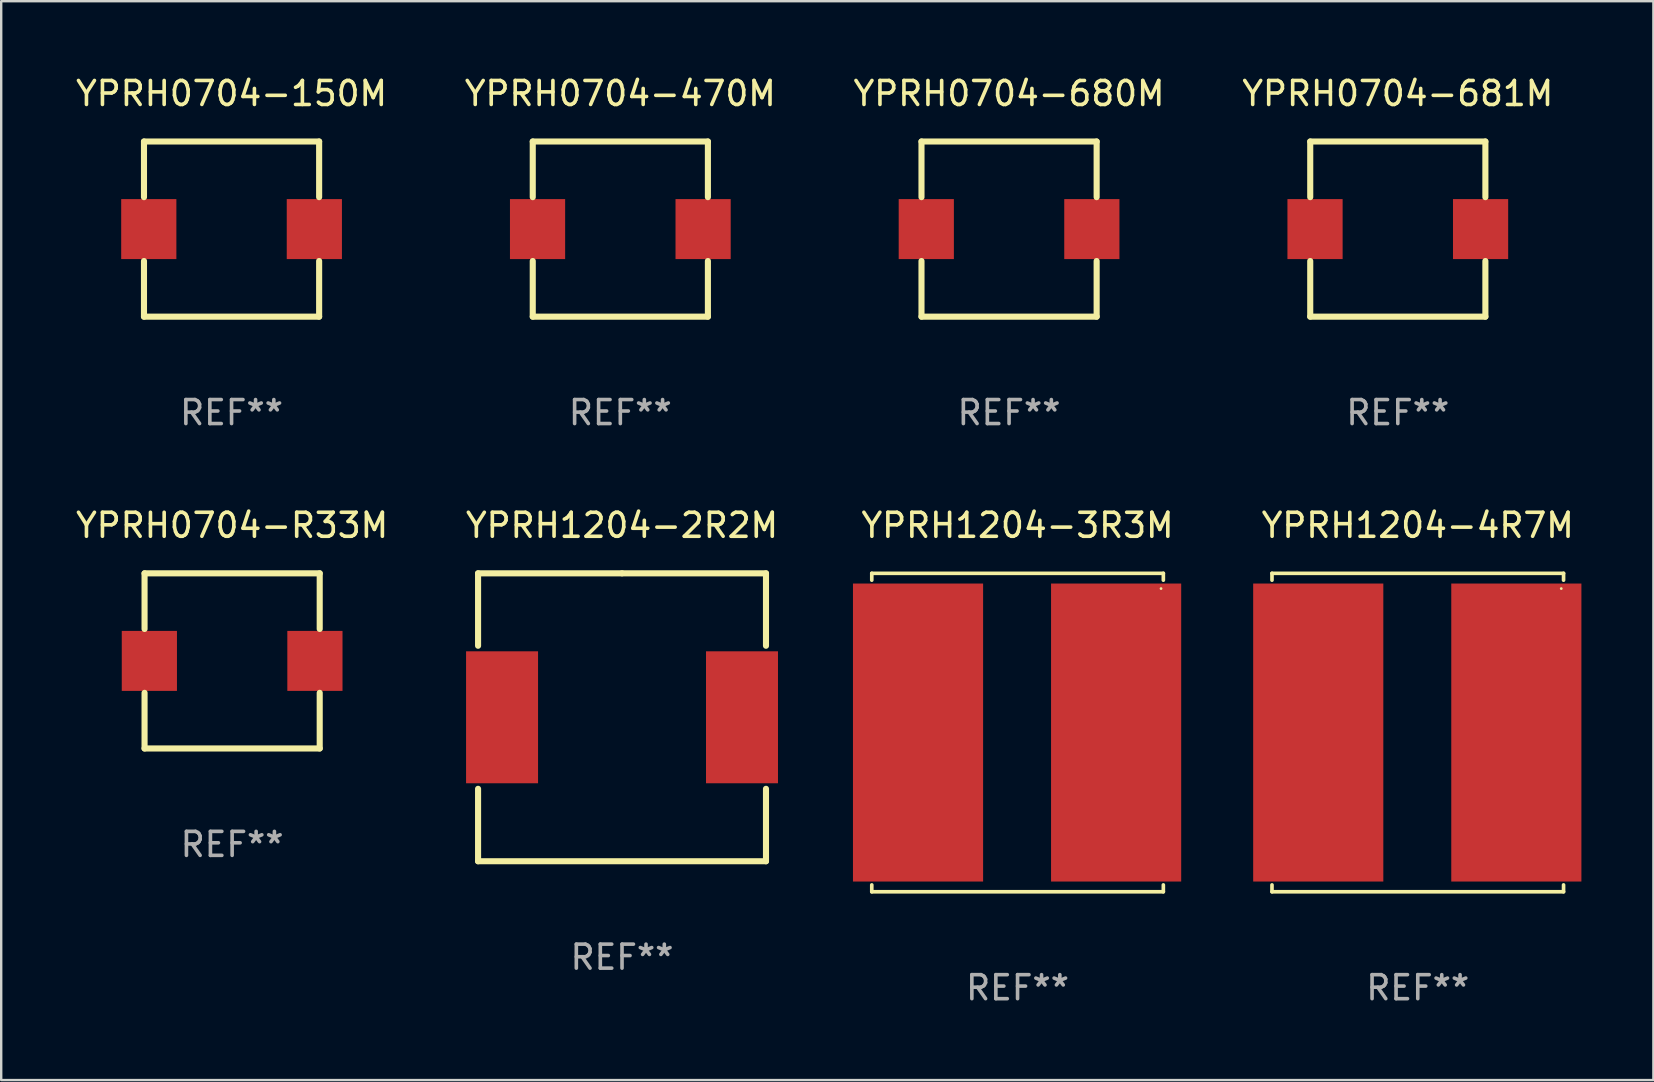
<source format=kicad_pcb>
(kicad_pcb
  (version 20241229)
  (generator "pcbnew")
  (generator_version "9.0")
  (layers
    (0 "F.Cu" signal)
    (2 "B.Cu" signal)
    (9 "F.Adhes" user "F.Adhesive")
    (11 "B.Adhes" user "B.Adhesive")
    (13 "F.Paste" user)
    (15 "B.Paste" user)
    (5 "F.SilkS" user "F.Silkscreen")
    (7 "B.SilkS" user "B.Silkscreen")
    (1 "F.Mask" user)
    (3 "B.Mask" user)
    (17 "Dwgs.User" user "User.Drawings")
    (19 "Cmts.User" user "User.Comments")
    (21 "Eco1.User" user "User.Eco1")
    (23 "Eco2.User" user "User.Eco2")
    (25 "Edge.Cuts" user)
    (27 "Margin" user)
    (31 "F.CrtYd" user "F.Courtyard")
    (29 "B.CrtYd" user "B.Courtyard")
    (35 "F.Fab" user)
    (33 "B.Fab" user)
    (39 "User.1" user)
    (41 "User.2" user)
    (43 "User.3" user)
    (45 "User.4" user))
  (footprint "YPRH0704-681M"
    (layer "F.Cu")
    (at 55.208 6.498)
    (property "Reference" "YPRH0704-681M" (at 0 -5.65 0) (layer "F.SilkS") (effects (font (size 1 1) (thickness 0.15))))
    (attr through_hole)
    (fp_line (start -3.65 -3.65) (end 3.65 -3.65) (stroke (width 0.254) (type solid)) (layer "F.SilkS"))
    (fp_line (start -3.65 -1.331) (end -3.65 -3.65) (stroke (width 0.254) (type solid)) (layer "F.SilkS"))
    (fp_line (start -3.65 3.65) (end -3.65 1.331) (stroke (width 0.254) (type solid)) (layer "F.SilkS"))
    (fp_line (start 3.65 -3.65) (end 3.65 -1.331) (stroke (width 0.254) (type solid)) (layer "F.SilkS"))
    (fp_line (start 3.65 1.331) (end 3.65 3.65) (stroke (width 0.254) (type solid)) (layer "F.SilkS"))
    (fp_line (start 3.65 3.65) (end -3.65 3.65) (stroke (width 0.254) (type solid)) (layer "F.SilkS"))
    (fp_circle (center -3.65 3.65) (end -3.62 3.65) (stroke (width 0.06) (type solid)) (fill no) (layer "F.SilkS"))
    (fp_text user "REF**" (at 0 7.65 0) (layer "F.Fab") (effects (font (size 1 1) (thickness 0.15))))
    (pad "1" smd rect (at -3.45 0) (size 2.3 2.5) (layers "F.Cu" "F.Mask" "F.Paste"))
    (pad "2" smd rect (at 3.45 0) (size 2.3 2.5) (layers "F.Cu" "F.Mask" "F.Paste")))
  (footprint "YPRH1204-2R2M"
    (layer "F.Cu")
    (at 22.875 26.845)
    (property "Reference" "YPRH1204-2R2M" (at 0 -8 0) (layer "F.SilkS") (effects (font (size 1 1) (thickness 0.15))))
    (attr through_hole)
    (fp_line (start -6 -6) (end 0 -6) (stroke (width 0.254) (type solid)) (layer "F.SilkS"))
    (fp_line (start -6 -2.981) (end -6 -6) (stroke (width 0.254) (type solid)) (layer "F.SilkS"))
    (fp_line (start -6 6) (end -6 2.981) (stroke (width 0.254) (type solid)) (layer "F.SilkS"))
    (fp_line (start 0 -6) (end 6 -6) (stroke (width 0.254) (type solid)) (layer "F.SilkS"))
    (fp_line (start 6 -6) (end 6 -2.981) (stroke (width 0.254) (type solid)) (layer "F.SilkS"))
    (fp_line (start 6 2.981) (end 6 6) (stroke (width 0.254) (type solid)) (layer "F.SilkS"))
    (fp_line (start 6 6) (end -6 6) (stroke (width 0.254) (type solid)) (layer "F.SilkS"))
    (fp_circle (center -6 6) (end -5.97 6) (stroke (width 0.06) (type solid)) (fill no) (layer "F.SilkS"))
    (fp_text user "REF**" (at 0 10 0) (layer "F.Fab") (effects (font (size 1 1) (thickness 0.15))))
    (pad "1" smd rect (at -5 0) (size 3 5.5) (layers "F.Cu" "F.Mask" "F.Paste"))
    (pad "2" smd rect (at 5 0) (size 3 5.5) (layers "F.Cu" "F.Mask" "F.Paste")))
  (footprint "YPRH1204-4R7M"
    (layer "F.Cu")
    (at 56.04 27.481)
    (property "Reference" "YPRH1204-4R7M" (at 0 -8.636 0) (layer "F.SilkS") (effects (font (size 1 1) (thickness 0.15))))
    (attr through_hole)
    (fp_line (start -6.076 -6.636) (end -6.076 -6.35) (stroke (width 0.152) (type solid)) (layer "F.SilkS"))
    (fp_line (start -6.076 6.636) (end -6.076 6.35) (stroke (width 0.152) (type solid)) (layer "F.SilkS"))
    (fp_line (start 6.076 -6.636) (end -6.076 -6.636) (stroke (width 0.152) (type solid)) (layer "F.SilkS"))
    (fp_line (start 6.076 -6.35) (end 6.076 -6.636) (stroke (width 0.152) (type solid)) (layer "F.SilkS"))
    (fp_line (start 6.076 6.35) (end 6.076 6.636) (stroke (width 0.152) (type solid)) (layer "F.SilkS"))
    (fp_line (start 6.076 6.636) (end -6.076 6.636) (stroke (width 0.152) (type solid)) (layer "F.SilkS"))
    (fp_circle (center 5.98 -6) (end 6.01 -6) (stroke (width 0.06) (type solid)) (fill no) (layer "F.SilkS"))
    (fp_text user "REF**" (at 0 10.636 0) (layer "F.Fab") (effects (font (size 1 1) (thickness 0.15))))
    (pad "1" smd rect (at 4.108 0) (size 5.424 12.42) (layers "F.Cu" "F.Mask" "F.Paste"))
    (pad "2" smd rect (at -4.148 0) (size 5.424 12.42) (layers "F.Cu" "F.Mask" "F.Paste")))
  (footprint "YPRH1204-3R3M"
    (layer "F.Cu")
    (at 39.36 27.481)
    (property "Reference" "YPRH1204-3R3M" (at 0 -8.636 0) (layer "F.SilkS") (effects (font (size 1 1) (thickness 0.15))))
    (attr through_hole)
    (fp_line (start -6.076 -6.636) (end -6.076 -6.35) (stroke (width 0.152) (type solid)) (layer "F.SilkS"))
    (fp_line (start -6.076 6.636) (end -6.076 6.35) (stroke (width 0.152) (type solid)) (layer "F.SilkS"))
    (fp_line (start 6.076 -6.636) (end -6.076 -6.636) (stroke (width 0.152) (type solid)) (layer "F.SilkS"))
    (fp_line (start 6.076 -6.35) (end 6.076 -6.636) (stroke (width 0.152) (type solid)) (layer "F.SilkS"))
    (fp_line (start 6.076 6.35) (end 6.076 6.636) (stroke (width 0.152) (type solid)) (layer "F.SilkS"))
    (fp_line (start 6.076 6.636) (end -6.076 6.636) (stroke (width 0.152) (type solid)) (layer "F.SilkS"))
    (fp_circle (center 5.98 -6) (end 6.01 -6) (stroke (width 0.06) (type solid)) (fill no) (layer "F.SilkS"))
    (fp_text user "REF**" (at 0 10.636 0) (layer "F.Fab") (effects (font (size 1 1) (thickness 0.15))))
    (pad "1" smd rect (at 4.108 0) (size 5.424 12.42) (layers "F.Cu" "F.Mask" "F.Paste"))
    (pad "2" smd rect (at -4.148 0) (size 5.424 12.42) (layers "F.Cu" "F.Mask" "F.Paste")))
  (footprint "YPRH0704-680M"
    (layer "F.Cu")
    (at 39.006 6.498)
    (property "Reference" "YPRH0704-680M" (at 0 -5.65 0) (layer "F.SilkS") (effects (font (size 1 1) (thickness 0.15))))
    (attr through_hole)
    (fp_line (start -3.65 -3.65) (end 3.65 -3.65) (stroke (width 0.254) (type solid)) (layer "F.SilkS"))
    (fp_line (start -3.65 -1.331) (end -3.65 -3.65) (stroke (width 0.254) (type solid)) (layer "F.SilkS"))
    (fp_line (start -3.65 3.65) (end -3.65 1.331) (stroke (width 0.254) (type solid)) (layer "F.SilkS"))
    (fp_line (start 3.65 -3.65) (end 3.65 -1.331) (stroke (width 0.254) (type solid)) (layer "F.SilkS"))
    (fp_line (start 3.65 1.331) (end 3.65 3.65) (stroke (width 0.254) (type solid)) (layer "F.SilkS"))
    (fp_line (start 3.65 3.65) (end -3.65 3.65) (stroke (width 0.254) (type solid)) (layer "F.SilkS"))
    (fp_circle (center -3.65 3.65) (end -3.62 3.65) (stroke (width 0.06) (type solid)) (fill no) (layer "F.SilkS"))
    (fp_text user "REF**" (at 0 7.65 0) (layer "F.Fab") (effects (font (size 1 1) (thickness 0.15))))
    (pad "1" smd rect (at -3.45 0) (size 2.3 2.5) (layers "F.Cu" "F.Mask" "F.Paste"))
    (pad "2" smd rect (at 3.45 0) (size 2.3 2.5) (layers "F.Cu" "F.Mask" "F.Paste")))
  (footprint "YPRH0704-150M"
    (layer "F.Cu")
    (at 6.601 6.498)
    (property "Reference" "YPRH0704-150M" (at 0 -5.65 0) (layer "F.SilkS") (effects (font (size 1 1) (thickness 0.15))))
    (attr through_hole)
    (fp_line (start -3.65 -3.65) (end 3.65 -3.65) (stroke (width 0.254) (type solid)) (layer "F.SilkS"))
    (fp_line (start -3.65 -1.331) (end -3.65 -3.65) (stroke (width 0.254) (type solid)) (layer "F.SilkS"))
    (fp_line (start -3.65 3.65) (end -3.65 1.331) (stroke (width 0.254) (type solid)) (layer "F.SilkS"))
    (fp_line (start 3.65 -3.65) (end 3.65 -1.331) (stroke (width 0.254) (type solid)) (layer "F.SilkS"))
    (fp_line (start 3.65 1.331) (end 3.65 3.65) (stroke (width 0.254) (type solid)) (layer "F.SilkS"))
    (fp_line (start 3.65 3.65) (end -3.65 3.65) (stroke (width 0.254) (type solid)) (layer "F.SilkS"))
    (fp_circle (center -3.65 3.65) (end -3.62 3.65) (stroke (width 0.06) (type solid)) (fill no) (layer "F.SilkS"))
    (fp_text user "REF**" (at 0 7.65 0) (layer "F.Fab") (effects (font (size 1 1) (thickness 0.15))))
    (pad "1" smd rect (at -3.45 0) (size 2.3 2.5) (layers "F.Cu" "F.Mask" "F.Paste"))
    (pad "2" smd rect (at 3.45 0) (size 2.3 2.5) (layers "F.Cu" "F.Mask" "F.Paste")))
  (footprint "YPRH0704-R33M"
    (layer "F.Cu")
    (at 6.625 24.495)
    (property "Reference" "YPRH0704-R33M" (at 0 -5.65 0) (layer "F.SilkS") (effects (font (size 1 1) (thickness 0.15))))
    (attr through_hole)
    (fp_line (start -3.65 -3.65) (end 3.65 -3.65) (stroke (width 0.254) (type solid)) (layer "F.SilkS"))
    (fp_line (start -3.65 -1.331) (end -3.65 -3.65) (stroke (width 0.254) (type solid)) (layer "F.SilkS"))
    (fp_line (start -3.65 3.65) (end -3.65 1.331) (stroke (width 0.254) (type solid)) (layer "F.SilkS"))
    (fp_line (start 3.65 -3.65) (end 3.65 -1.331) (stroke (width 0.254) (type solid)) (layer "F.SilkS"))
    (fp_line (start 3.65 1.331) (end 3.65 3.65) (stroke (width 0.254) (type solid)) (layer "F.SilkS"))
    (fp_line (start 3.65 3.65) (end -3.65 3.65) (stroke (width 0.254) (type solid)) (layer "F.SilkS"))
    (fp_circle (center -3.65 3.65) (end -3.62 3.65) (stroke (width 0.06) (type solid)) (fill no) (layer "F.SilkS"))
    (fp_text user "REF**" (at 0 7.65 0) (layer "F.Fab") (effects (font (size 1 1) (thickness 0.15))))
    (pad "1" smd rect (at -3.45 0) (size 2.3 2.5) (layers "F.Cu" "F.Mask" "F.Paste"))
    (pad "2" smd rect (at 3.45 0) (size 2.3 2.5) (layers "F.Cu" "F.Mask" "F.Paste")))
  (footprint "YPRH0704-470M"
    (layer "F.Cu")
    (at 22.804 6.498)
    (property "Reference" "YPRH0704-470M" (at 0 -5.65 0) (layer "F.SilkS") (effects (font (size 1 1) (thickness 0.15))))
    (attr through_hole)
    (fp_line (start -3.65 -3.65) (end 3.65 -3.65) (stroke (width 0.254) (type solid)) (layer "F.SilkS"))
    (fp_line (start -3.65 -1.331) (end -3.65 -3.65) (stroke (width 0.254) (type solid)) (layer "F.SilkS"))
    (fp_line (start -3.65 3.65) (end -3.65 1.331) (stroke (width 0.254) (type solid)) (layer "F.SilkS"))
    (fp_line (start 3.65 -3.65) (end 3.65 -1.331) (stroke (width 0.254) (type solid)) (layer "F.SilkS"))
    (fp_line (start 3.65 1.331) (end 3.65 3.65) (stroke (width 0.254) (type solid)) (layer "F.SilkS"))
    (fp_line (start 3.65 3.65) (end -3.65 3.65) (stroke (width 0.254) (type solid)) (layer "F.SilkS"))
    (fp_circle (center -3.65 3.65) (end -3.62 3.65) (stroke (width 0.06) (type solid)) (fill no) (layer "F.SilkS"))
    (fp_text user "REF**" (at 0 7.65 0) (layer "F.Fab") (effects (font (size 1 1) (thickness 0.15))))
    (pad "1" smd rect (at -3.45 0) (size 2.3 2.5) (layers "F.Cu" "F.Mask" "F.Paste"))
    (pad "2" smd rect (at 3.45 0) (size 2.3 2.5) (layers "F.Cu" "F.Mask" "F.Paste")))
  (gr_rect
    (start -3 -3)
    (end 65.86 41.965)
    (stroke (width 0.1) (type default))
    (fill no)
    (layer "Edge.Cuts")))
</source>
